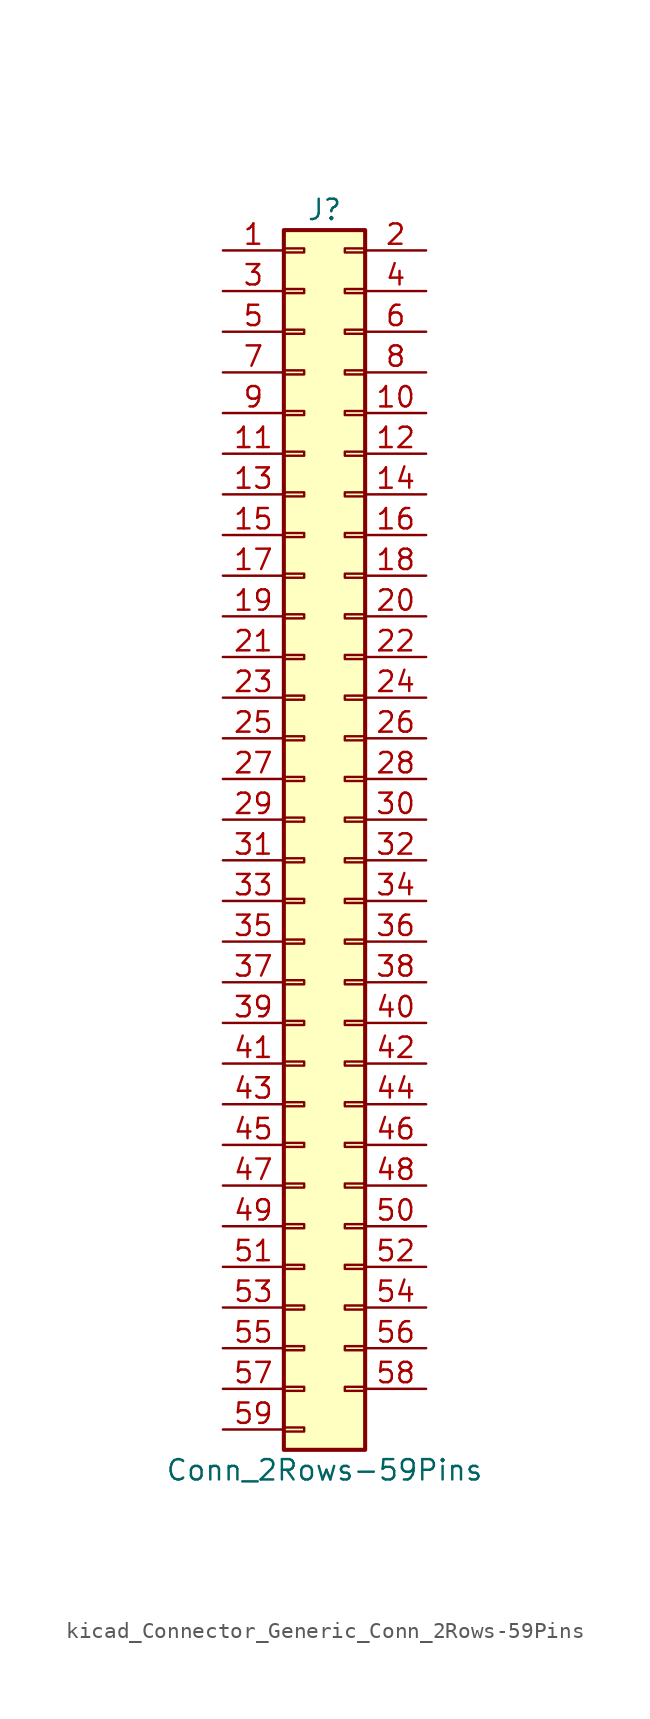
<source format=kicad_sym>
(kicad_symbol_lib
  (version 20220914)
  (generator kicad_symbol_editor)
  (symbol "kicad_Connector_Generic_Conn_2Rows-59Pins"
    (pin_names
      (offset 1.016) hide)
    (property "Reference" "J"
      (at 1.27 38.1 0)
      (effects (font (size 1.27 1.27))))
    (property "Value" "Conn_2Rows-59Pins"
      (at 1.27 -40.64 0)
      (effects (font (size 1.27 1.27))))
    (symbol "kicad_Connector_Generic_Conn_2Rows-59Pins_1_1"
      (rectangle (start -1.27 -37.973) (end 0 -38.227) (stroke (width 0.152) (type default)) (fill (type none)))
      (rectangle (start -1.27 -35.433) (end 0 -35.687) (stroke (width 0.152) (type default)) (fill (type none)))
      (rectangle (start -1.27 -32.893) (end 0 -33.147) (stroke (width 0.152) (type default)) (fill (type none)))
      (rectangle (start -1.27 -30.353) (end 0 -30.607) (stroke (width 0.152) (type default)) (fill (type none)))
      (rectangle (start -1.27 -27.813) (end 0 -28.067) (stroke (width 0.152) (type default)) (fill (type none)))
      (rectangle (start -1.27 -25.273) (end 0 -25.527) (stroke (width 0.152) (type default)) (fill (type none)))
      (rectangle (start -1.27 -22.733) (end 0 -22.987) (stroke (width 0.152) (type default)) (fill (type none)))
      (rectangle (start -1.27 -20.193) (end 0 -20.447) (stroke (width 0.152) (type default)) (fill (type none)))
      (rectangle (start -1.27 -17.653) (end 0 -17.907) (stroke (width 0.152) (type default)) (fill (type none)))
      (rectangle (start -1.27 -15.113) (end 0 -15.367) (stroke (width 0.152) (type default)) (fill (type none)))
      (rectangle (start -1.27 -12.573) (end 0 -12.827) (stroke (width 0.152) (type default)) (fill (type none)))
      (rectangle (start -1.27 -10.033) (end 0 -10.287) (stroke (width 0.152) (type default)) (fill (type none)))
      (rectangle (start -1.27 -7.493) (end 0 -7.747) (stroke (width 0.152) (type default)) (fill (type none)))
      (rectangle (start -1.27 -4.953) (end 0 -5.207) (stroke (width 0.152) (type default)) (fill (type none)))
      (rectangle (start -1.27 -2.413) (end 0 -2.667) (stroke (width 0.152) (type default)) (fill (type none)))
      (rectangle (start -1.27 0.127) (end 0 -0.127) (stroke (width 0.152) (type default)) (fill (type none)))
      (rectangle (start -1.27 2.667) (end 0 2.413) (stroke (width 0.152) (type default)) (fill (type none)))
      (rectangle (start -1.27 5.207) (end 0 4.953) (stroke (width 0.152) (type default)) (fill (type none)))
      (rectangle (start -1.27 7.747) (end 0 7.493) (stroke (width 0.152) (type default)) (fill (type none)))
      (rectangle (start -1.27 10.287) (end 0 10.033) (stroke (width 0.152) (type default)) (fill (type none)))
      (rectangle (start -1.27 12.827) (end 0 12.573) (stroke (width 0.152) (type default)) (fill (type none)))
      (rectangle (start -1.27 15.367) (end 0 15.113) (stroke (width 0.152) (type default)) (fill (type none)))
      (rectangle (start -1.27 17.907) (end 0 17.653) (stroke (width 0.152) (type default)) (fill (type none)))
      (rectangle (start -1.27 20.447) (end 0 20.193) (stroke (width 0.152) (type default)) (fill (type none)))
      (rectangle (start -1.27 22.987) (end 0 22.733) (stroke (width 0.152) (type default)) (fill (type none)))
      (rectangle (start -1.27 25.527) (end 0 25.273) (stroke (width 0.152) (type default)) (fill (type none)))
      (rectangle (start -1.27 28.067) (end 0 27.813) (stroke (width 0.152) (type default)) (fill (type none)))
      (rectangle (start -1.27 30.607) (end 0 30.353) (stroke (width 0.152) (type default)) (fill (type none)))
      (rectangle (start -1.27 33.147) (end 0 32.893) (stroke (width 0.152) (type default)) (fill (type none)))
      (rectangle (start -1.27 35.687) (end 0 35.433) (stroke (width 0.152) (type default)) (fill (type none)))
      (rectangle (start -1.27 36.83) (end 3.81 -39.37) (stroke (width 0.254) (type default)) (fill (type background)))
      (rectangle (start 3.81 -35.433) (end 2.54 -35.687) (stroke (width 0.152) (type default)) (fill (type none)))
      (rectangle (start 3.81 -32.893) (end 2.54 -33.147) (stroke (width 0.152) (type default)) (fill (type none)))
      (rectangle (start 3.81 -30.353) (end 2.54 -30.607) (stroke (width 0.152) (type default)) (fill (type none)))
      (rectangle (start 3.81 -27.813) (end 2.54 -28.067) (stroke (width 0.152) (type default)) (fill (type none)))
      (rectangle (start 3.81 -25.273) (end 2.54 -25.527) (stroke (width 0.152) (type default)) (fill (type none)))
      (rectangle (start 3.81 -22.733) (end 2.54 -22.987) (stroke (width 0.152) (type default)) (fill (type none)))
      (rectangle (start 3.81 -20.193) (end 2.54 -20.447) (stroke (width 0.152) (type default)) (fill (type none)))
      (rectangle (start 3.81 -17.653) (end 2.54 -17.907) (stroke (width 0.152) (type default)) (fill (type none)))
      (rectangle (start 3.81 -15.113) (end 2.54 -15.367) (stroke (width 0.152) (type default)) (fill (type none)))
      (rectangle (start 3.81 -12.573) (end 2.54 -12.827) (stroke (width 0.152) (type default)) (fill (type none)))
      (rectangle (start 3.81 -10.033) (end 2.54 -10.287) (stroke (width 0.152) (type default)) (fill (type none)))
      (rectangle (start 3.81 -7.493) (end 2.54 -7.747) (stroke (width 0.152) (type default)) (fill (type none)))
      (rectangle (start 3.81 -4.953) (end 2.54 -5.207) (stroke (width 0.152) (type default)) (fill (type none)))
      (rectangle (start 3.81 -2.413) (end 2.54 -2.667) (stroke (width 0.152) (type default)) (fill (type none)))
      (rectangle (start 3.81 0.127) (end 2.54 -0.127) (stroke (width 0.152) (type default)) (fill (type none)))
      (rectangle (start 3.81 2.667) (end 2.54 2.413) (stroke (width 0.152) (type default)) (fill (type none)))
      (rectangle (start 3.81 5.207) (end 2.54 4.953) (stroke (width 0.152) (type default)) (fill (type none)))
      (rectangle (start 3.81 7.747) (end 2.54 7.493) (stroke (width 0.152) (type default)) (fill (type none)))
      (rectangle (start 3.81 10.287) (end 2.54 10.033) (stroke (width 0.152) (type default)) (fill (type none)))
      (rectangle (start 3.81 12.827) (end 2.54 12.573) (stroke (width 0.152) (type default)) (fill (type none)))
      (rectangle (start 3.81 15.367) (end 2.54 15.113) (stroke (width 0.152) (type default)) (fill (type none)))
      (rectangle (start 3.81 17.907) (end 2.54 17.653) (stroke (width 0.152) (type default)) (fill (type none)))
      (rectangle (start 3.81 20.447) (end 2.54 20.193) (stroke (width 0.152) (type default)) (fill (type none)))
      (rectangle (start 3.81 22.987) (end 2.54 22.733) (stroke (width 0.152) (type default)) (fill (type none)))
      (rectangle (start 3.81 25.527) (end 2.54 25.273) (stroke (width 0.152) (type default)) (fill (type none)))
      (rectangle (start 3.81 28.067) (end 2.54 27.813) (stroke (width 0.152) (type default)) (fill (type none)))
      (rectangle (start 3.81 30.607) (end 2.54 30.353) (stroke (width 0.152) (type default)) (fill (type none)))
      (rectangle (start 3.81 33.147) (end 2.54 32.893) (stroke (width 0.152) (type default)) (fill (type none)))
      (rectangle (start 3.81 35.687) (end 2.54 35.433) (stroke (width 0.152) (type default)) (fill (type none)))
      (pin passive line (at -5.08 35.56 0) (length 3.81) (name "Pin_1" (effects (font (size 1.27 1.27)))) (number "1" (effects (font (size 1.27 1.27)))))
      (pin passive line (at 7.62 25.4 180) (length 3.81) (name "Pin_10" (effects (font (size 1.27 1.27)))) (number "10" (effects (font (size 1.27 1.27)))))
      (pin passive line (at -5.08 22.86 0) (length 3.81) (name "Pin_11" (effects (font (size 1.27 1.27)))) (number "11" (effects (font (size 1.27 1.27)))))
      (pin passive line (at 7.62 22.86 180) (length 3.81) (name "Pin_12" (effects (font (size 1.27 1.27)))) (number "12" (effects (font (size 1.27 1.27)))))
      (pin passive line (at -5.08 20.32 0) (length 3.81) (name "Pin_13" (effects (font (size 1.27 1.27)))) (number "13" (effects (font (size 1.27 1.27)))))
      (pin passive line (at 7.62 20.32 180) (length 3.81) (name "Pin_14" (effects (font (size 1.27 1.27)))) (number "14" (effects (font (size 1.27 1.27)))))
      (pin passive line (at -5.08 17.78 0) (length 3.81) (name "Pin_15" (effects (font (size 1.27 1.27)))) (number "15" (effects (font (size 1.27 1.27)))))
      (pin passive line (at 7.62 17.78 180) (length 3.81) (name "Pin_16" (effects (font (size 1.27 1.27)))) (number "16" (effects (font (size 1.27 1.27)))))
      (pin passive line (at -5.08 15.24 0) (length 3.81) (name "Pin_17" (effects (font (size 1.27 1.27)))) (number "17" (effects (font (size 1.27 1.27)))))
      (pin passive line (at 7.62 15.24 180) (length 3.81) (name "Pin_18" (effects (font (size 1.27 1.27)))) (number "18" (effects (font (size 1.27 1.27)))))
      (pin passive line (at -5.08 12.7 0) (length 3.81) (name "Pin_19" (effects (font (size 1.27 1.27)))) (number "19" (effects (font (size 1.27 1.27)))))
      (pin passive line (at 7.62 35.56 180) (length 3.81) (name "Pin_2" (effects (font (size 1.27 1.27)))) (number "2" (effects (font (size 1.27 1.27)))))
      (pin passive line (at 7.62 12.7 180) (length 3.81) (name "Pin_20" (effects (font (size 1.27 1.27)))) (number "20" (effects (font (size 1.27 1.27)))))
      (pin passive line (at -5.08 10.16 0) (length 3.81) (name "Pin_21" (effects (font (size 1.27 1.27)))) (number "21" (effects (font (size 1.27 1.27)))))
      (pin passive line (at 7.62 10.16 180) (length 3.81) (name "Pin_22" (effects (font (size 1.27 1.27)))) (number "22" (effects (font (size 1.27 1.27)))))
      (pin passive line (at -5.08 7.62 0) (length 3.81) (name "Pin_23" (effects (font (size 1.27 1.27)))) (number "23" (effects (font (size 1.27 1.27)))))
      (pin passive line (at 7.62 7.62 180) (length 3.81) (name "Pin_24" (effects (font (size 1.27 1.27)))) (number "24" (effects (font (size 1.27 1.27)))))
      (pin passive line (at -5.08 5.08 0) (length 3.81) (name "Pin_25" (effects (font (size 1.27 1.27)))) (number "25" (effects (font (size 1.27 1.27)))))
      (pin passive line (at 7.62 5.08 180) (length 3.81) (name "Pin_26" (effects (font (size 1.27 1.27)))) (number "26" (effects (font (size 1.27 1.27)))))
      (pin passive line (at -5.08 2.54 0) (length 3.81) (name "Pin_27" (effects (font (size 1.27 1.27)))) (number "27" (effects (font (size 1.27 1.27)))))
      (pin passive line (at 7.62 2.54 180) (length 3.81) (name "Pin_28" (effects (font (size 1.27 1.27)))) (number "28" (effects (font (size 1.27 1.27)))))
      (pin passive line (at -5.08 0 0) (length 3.81) (name "Pin_29" (effects (font (size 1.27 1.27)))) (number "29" (effects (font (size 1.27 1.27)))))
      (pin passive line (at -5.08 33.02 0) (length 3.81) (name "Pin_3" (effects (font (size 1.27 1.27)))) (number "3" (effects (font (size 1.27 1.27)))))
      (pin passive line (at 7.62 0 180) (length 3.81) (name "Pin_30" (effects (font (size 1.27 1.27)))) (number "30" (effects (font (size 1.27 1.27)))))
      (pin passive line (at -5.08 -2.54 0) (length 3.81) (name "Pin_31" (effects (font (size 1.27 1.27)))) (number "31" (effects (font (size 1.27 1.27)))))
      (pin passive line (at 7.62 -2.54 180) (length 3.81) (name "Pin_32" (effects (font (size 1.27 1.27)))) (number "32" (effects (font (size 1.27 1.27)))))
      (pin passive line (at -5.08 -5.08 0) (length 3.81) (name "Pin_33" (effects (font (size 1.27 1.27)))) (number "33" (effects (font (size 1.27 1.27)))))
      (pin passive line (at 7.62 -5.08 180) (length 3.81) (name "Pin_34" (effects (font (size 1.27 1.27)))) (number "34" (effects (font (size 1.27 1.27)))))
      (pin passive line (at -5.08 -7.62 0) (length 3.81) (name "Pin_35" (effects (font (size 1.27 1.27)))) (number "35" (effects (font (size 1.27 1.27)))))
      (pin passive line (at 7.62 -7.62 180) (length 3.81) (name "Pin_36" (effects (font (size 1.27 1.27)))) (number "36" (effects (font (size 1.27 1.27)))))
      (pin passive line (at -5.08 -10.16 0) (length 3.81) (name "Pin_37" (effects (font (size 1.27 1.27)))) (number "37" (effects (font (size 1.27 1.27)))))
      (pin passive line (at 7.62 -10.16 180) (length 3.81) (name "Pin_38" (effects (font (size 1.27 1.27)))) (number "38" (effects (font (size 1.27 1.27)))))
      (pin passive line (at -5.08 -12.7 0) (length 3.81) (name "Pin_39" (effects (font (size 1.27 1.27)))) (number "39" (effects (font (size 1.27 1.27)))))
      (pin passive line (at 7.62 33.02 180) (length 3.81) (name "Pin_4" (effects (font (size 1.27 1.27)))) (number "4" (effects (font (size 1.27 1.27)))))
      (pin passive line (at 7.62 -12.7 180) (length 3.81) (name "Pin_40" (effects (font (size 1.27 1.27)))) (number "40" (effects (font (size 1.27 1.27)))))
      (pin passive line (at -5.08 -15.24 0) (length 3.81) (name "Pin_41" (effects (font (size 1.27 1.27)))) (number "41" (effects (font (size 1.27 1.27)))))
      (pin passive line (at 7.62 -15.24 180) (length 3.81) (name "Pin_42" (effects (font (size 1.27 1.27)))) (number "42" (effects (font (size 1.27 1.27)))))
      (pin passive line (at -5.08 -17.78 0) (length 3.81) (name "Pin_43" (effects (font (size 1.27 1.27)))) (number "43" (effects (font (size 1.27 1.27)))))
      (pin passive line (at 7.62 -17.78 180) (length 3.81) (name "Pin_44" (effects (font (size 1.27 1.27)))) (number "44" (effects (font (size 1.27 1.27)))))
      (pin passive line (at -5.08 -20.32 0) (length 3.81) (name "Pin_45" (effects (font (size 1.27 1.27)))) (number "45" (effects (font (size 1.27 1.27)))))
      (pin passive line (at 7.62 -20.32 180) (length 3.81) (name "Pin_46" (effects (font (size 1.27 1.27)))) (number "46" (effects (font (size 1.27 1.27)))))
      (pin passive line (at -5.08 -22.86 0) (length 3.81) (name "Pin_47" (effects (font (size 1.27 1.27)))) (number "47" (effects (font (size 1.27 1.27)))))
      (pin passive line (at 7.62 -22.86 180) (length 3.81) (name "Pin_48" (effects (font (size 1.27 1.27)))) (number "48" (effects (font (size 1.27 1.27)))))
      (pin passive line (at -5.08 -25.4 0) (length 3.81) (name "Pin_49" (effects (font (size 1.27 1.27)))) (number "49" (effects (font (size 1.27 1.27)))))
      (pin passive line (at -5.08 30.48 0) (length 3.81) (name "Pin_5" (effects (font (size 1.27 1.27)))) (number "5" (effects (font (size 1.27 1.27)))))
      (pin passive line (at 7.62 -25.4 180) (length 3.81) (name "Pin_50" (effects (font (size 1.27 1.27)))) (number "50" (effects (font (size 1.27 1.27)))))
      (pin passive line (at -5.08 -27.94 0) (length 3.81) (name "Pin_51" (effects (font (size 1.27 1.27)))) (number "51" (effects (font (size 1.27 1.27)))))
      (pin passive line (at 7.62 -27.94 180) (length 3.81) (name "Pin_52" (effects (font (size 1.27 1.27)))) (number "52" (effects (font (size 1.27 1.27)))))
      (pin passive line (at -5.08 -30.48 0) (length 3.81) (name "Pin_53" (effects (font (size 1.27 1.27)))) (number "53" (effects (font (size 1.27 1.27)))))
      (pin passive line (at 7.62 -30.48 180) (length 3.81) (name "Pin_54" (effects (font (size 1.27 1.27)))) (number "54" (effects (font (size 1.27 1.27)))))
      (pin passive line (at -5.08 -33.02 0) (length 3.81) (name "Pin_55" (effects (font (size 1.27 1.27)))) (number "55" (effects (font (size 1.27 1.27)))))
      (pin passive line (at 7.62 -33.02 180) (length 3.81) (name "Pin_56" (effects (font (size 1.27 1.27)))) (number "56" (effects (font (size 1.27 1.27)))))
      (pin passive line (at -5.08 -35.56 0) (length 3.81) (name "Pin_57" (effects (font (size 1.27 1.27)))) (number "57" (effects (font (size 1.27 1.27)))))
      (pin passive line (at 7.62 -35.56 180) (length 3.81) (name "Pin_58" (effects (font (size 1.27 1.27)))) (number "58" (effects (font (size 1.27 1.27)))))
      (pin passive line (at -5.08 -38.1 0) (length 3.81) (name "Pin_59" (effects (font (size 1.27 1.27)))) (number "59" (effects (font (size 1.27 1.27)))))
      (pin passive line (at 7.62 30.48 180) (length 3.81) (name "Pin_6" (effects (font (size 1.27 1.27)))) (number "6" (effects (font (size 1.27 1.27)))))
      (pin passive line (at -5.08 27.94 0) (length 3.81) (name "Pin_7" (effects (font (size 1.27 1.27)))) (number "7" (effects (font (size 1.27 1.27)))))
      (pin passive line (at 7.62 27.94 180) (length 3.81) (name "Pin_8" (effects (font (size 1.27 1.27)))) (number "8" (effects (font (size 1.27 1.27)))))
      (pin passive line (at -5.08 25.4 0) (length 3.81) (name "Pin_9" (effects (font (size 1.27 1.27)))) (number "9" (effects (font (size 1.27 1.27))))))))
</source>
